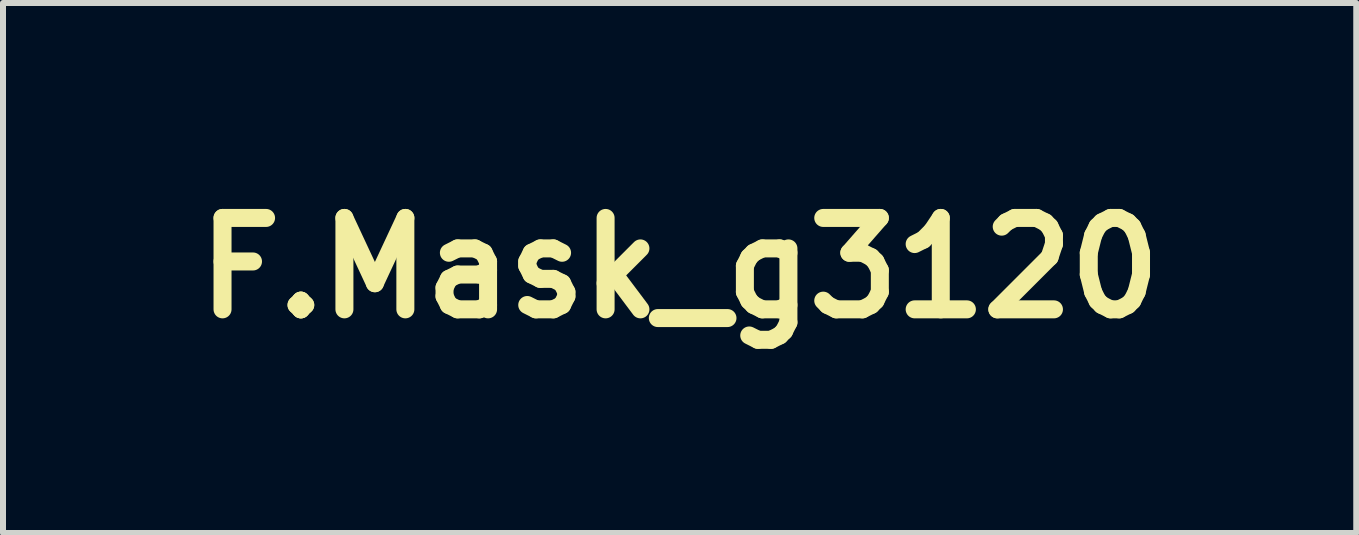
<source format=kicad_pcb>
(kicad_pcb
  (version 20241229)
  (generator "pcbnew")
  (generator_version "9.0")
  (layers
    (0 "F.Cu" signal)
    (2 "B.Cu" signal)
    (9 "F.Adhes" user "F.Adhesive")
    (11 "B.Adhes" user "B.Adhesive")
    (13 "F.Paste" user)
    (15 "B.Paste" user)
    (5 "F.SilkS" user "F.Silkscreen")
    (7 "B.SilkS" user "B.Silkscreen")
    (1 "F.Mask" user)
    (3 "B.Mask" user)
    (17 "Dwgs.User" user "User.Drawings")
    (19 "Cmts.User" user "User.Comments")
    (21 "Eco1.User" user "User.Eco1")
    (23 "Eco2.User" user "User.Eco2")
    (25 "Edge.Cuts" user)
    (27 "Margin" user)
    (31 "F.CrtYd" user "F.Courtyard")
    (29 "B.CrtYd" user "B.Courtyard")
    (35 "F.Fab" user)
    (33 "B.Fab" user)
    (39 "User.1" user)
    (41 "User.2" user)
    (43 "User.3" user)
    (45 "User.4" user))
  (footprint "F.Mask_g3120"
    (layer "F.Cu")
    (at 8.28 1.418)
    (property "Reference" "F.Mask_g3120" (at 0 0 0) (layer "F.SilkS") (effects (font (size 1.524 1.524) (thickness 0.3))))
    (attr through_hole)
    (fp_poly (pts (xy 0.399 -0.643) (xy 0.45 -0.608) (xy 0.478 -0.585) (xy 0.521 -0.539) (xy 0.541 -0.498) (xy 0.537 -0.453) (xy 0.506 -0.399) (xy 0.446 -0.327) (xy 0.393 -0.27) (xy 0.302 -0.162) (xy 0.199 -0.017) (xy 0.085 0.165) (xy -0.039 0.38) (xy -0.115 0.519) (xy -0.177 0.624) (xy -0.227 0.691) (xy -0.266 0.718) (xy -0.274 0.719) (xy -0.3 0.711) (xy -0.346 0.692) (xy -0.35 0.69) (xy -0.409 0.646) (xy -0.452 0.58) (xy -0.466 0.52) (xy -0.456 0.49) (xy -0.431 0.432) (xy -0.395 0.355) (xy -0.364 0.293) (xy -0.262 0.095) (xy -0.309 0.026) (xy -0.341 -0.033) (xy -0.368 -0.111) (xy -0.393 -0.217) (xy -0.416 -0.356) (xy -0.426 -0.421) (xy -0.436 -0.503) (xy -0.438 -0.555) (xy -0.431 -0.587) (xy -0.413 -0.612) (xy -0.407 -0.618) (xy -0.381 -0.641) (xy -0.357 -0.647) (xy -0.32 -0.636) (xy -0.27 -0.612) (xy -0.211 -0.579) (xy -0.17 -0.543) (xy -0.142 -0.492) (xy -0.119 -0.417) (xy -0.102 -0.341) (xy -0.074 -0.205) (xy 0.000459 -0.311) (xy 0.093 -0.435) (xy 0.181 -0.535) (xy 0.261 -0.607) (xy 0.328 -0.648) (xy 0.363 -0.656) (xy 0.399 -0.643)) (stroke (width 0.01) (type solid)) (fill yes) (layer "F.Mask"))
    (fp_poly (pts (xy 1.336 -0.643) (xy 1.379 -0.615) (xy 1.392 -0.604) (xy 1.437 -0.57) (xy 1.47 -0.551) (xy 1.475 -0.55) (xy 1.497 -0.534) (xy 1.527 -0.494) (xy 1.531 -0.487) (xy 1.554 -0.437) (xy 1.556 -0.387) (xy 1.545 -0.339) (xy 1.527 -0.286) (xy 1.51 -0.257) (xy 1.505 -0.254) (xy 1.495 -0.235) (xy 1.482 -0.183) (xy 1.469 -0.107) (xy 1.463 -0.069) (xy 1.422 0.143) (xy 1.364 0.317) (xy 1.289 0.454) (xy 1.198 0.552) (xy 1.177 0.567) (xy 1.102 0.607) (xy 1.036 0.613) (xy 0.968 0.585) (xy 0.893 0.521) (xy 0.874 0.502) (xy 0.819 0.439) (xy 0.776 0.383) (xy 0.753 0.344) (xy 0.753 0.343) (xy 0.736 0.307) (xy 0.724 0.296) (xy 0.703 0.314) (xy 0.674 0.359) (xy 0.644 0.418) (xy 0.617 0.479) (xy 0.605 0.519) (xy 0.574 0.588) (xy 0.524 0.638) (xy 0.47 0.656) (xy 0.424 0.641) (xy 0.397 0.619) (xy 0.353 0.556) (xy 0.313 0.477) (xy 0.285 0.399) (xy 0.275 0.343) (xy 0.284 0.306) (xy 0.31 0.238) (xy 0.349 0.144) (xy 0.4 0.03) (xy 0.459 -0.097) (xy 0.487 -0.156) (xy 0.547 -0.282) (xy 0.601 -0.395) (xy 0.646 -0.491) (xy 0.678 -0.563) (xy 0.696 -0.605) (xy 0.699 -0.614) (xy 0.71 -0.633) (xy 0.748 -0.627) (xy 0.816 -0.597) (xy 0.821 -0.595) (xy 0.922 -0.527) (xy 0.983 -0.448) (xy 1.004 -0.355) (xy 0.986 -0.248) (xy 0.981 -0.233) (xy 0.969 -0.181) (xy 0.96 -0.108) (xy 0.955 -0.025) (xy 0.954 0.056) (xy 0.956 0.126) (xy 0.963 0.175) (xy 0.973 0.191) (xy 1.007 0.171) (xy 1.045 0.119) (xy 1.085 0.043) (xy 1.123 -0.048) (xy 1.154 -0.146) (xy 1.175 -0.243) (xy 1.177 -0.258) (xy 1.191 -0.33) (xy 1.212 -0.414) (xy 1.238 -0.498) (xy 1.265 -0.573) (xy 1.29 -0.627) (xy 1.308 -0.651) (xy 1.309 -0.651) (xy 1.336 -0.643)) (stroke (width 0.01) (type solid)) (fill yes) (layer "F.Mask"))
    (fp_poly (pts (xy 3.668 -0.623) (xy 3.722 -0.593) (xy 3.776 -0.554) (xy 3.817 -0.515) (xy 3.831 -0.488) (xy 3.837 -0.441) (xy 3.844 -0.41) (xy 3.845 -0.387) (xy 3.831 -0.365) (xy 3.797 -0.338) (xy 3.736 -0.301) (xy 3.651 -0.254) (xy 3.428 -0.118) (xy 3.244 0.031) (xy 3.1 0.187) (xy 3.005 0.307) (xy 3.127 0.318) (xy 3.195 0.321) (xy 3.243 0.32) (xy 3.26 0.315) (xy 3.285 0.305) (xy 3.338 0.294) (xy 3.376 0.289) (xy 3.461 0.274) (xy 3.547 0.254) (xy 3.571 0.248) (xy 3.661 0.221) (xy 3.629 0.161) (xy 3.607 0.11) (xy 3.598 0.073) (xy 3.583 0.042) (xy 3.574 0.038) (xy 3.56 0.018) (xy 3.576 -0.017) (xy 3.614 -0.058) (xy 3.667 -0.094) (xy 3.739 -0.132) (xy 3.897 -0.045) (xy 3.978 0.002) (xy 4.049 0.049) (xy 4.099 0.088) (xy 4.106 0.095) (xy 4.146 0.131) (xy 4.177 0.148) (xy 4.179 0.148) (xy 4.196 0.13) (xy 4.223 0.085) (xy 4.595 0.085) (xy 4.677 0.085) (xy 4.739 0.082) (xy 4.785 0.074) (xy 4.79 0.073) (xy 4.808 0.05) (xy 4.806 0.001) (xy 4.786 -0.081) (xy 4.771 -0.127) (xy 4.754 -0.137) (xy 4.722 -0.11) (xy 4.675 -0.046) (xy 4.636 0.016) (xy 4.595 0.085) (xy 4.223 0.085) (xy 4.225 0.08) (xy 4.261 0.009) (xy 4.286 -0.046) (xy 4.351 -0.188) (xy 4.405 -0.293) (xy 4.452 -0.364) (xy 4.493 -0.406) (xy 4.533 -0.423) (xy 4.541 -0.423) (xy 4.599 -0.442) (xy 4.666 -0.494) (xy 4.734 -0.573) (xy 4.745 -0.588) (xy 4.767 -0.616) (xy 4.793 -0.626) (xy 4.836 -0.62) (xy 4.879 -0.609) (xy 4.956 -0.58) (xy 5.005 -0.537) (xy 5.034 -0.468) (xy 5.046 -0.402) (xy 5.058 -0.332) (xy 5.075 -0.24) (xy 5.093 -0.153) (xy 5.113 -0.072) (xy 5.131 -0.024) (xy 5.151 -0.003) (xy 5.166 0) (xy 5.211 0.011) (xy 5.266 0.037) (xy 5.317 0.071) (xy 5.35 0.103) (xy 5.355 0.116) (xy 5.34 0.146) (xy 5.303 0.188) (xy 5.281 0.209) (xy 5.236 0.252) (xy 5.217 0.29) (xy 5.217 0.34) (xy 5.22 0.364) (xy 5.213 0.463) (xy 5.167 0.552) (xy 5.087 0.626) (xy 5.056 0.644) (xy 5.001 0.669) (xy 4.96 0.672) (xy 4.913 0.657) (xy 4.868 0.631) (xy 4.855 0.604) (xy 4.855 0.602) (xy 4.849 0.569) (xy 4.825 0.538) (xy 4.79 0.5) (xy 4.793 0.471) (xy 4.835 0.444) (xy 4.842 0.44) (xy 4.886 0.409) (xy 4.901 0.379) (xy 4.886 0.36) (xy 4.847 0.359) (xy 4.797 0.365) (xy 4.723 0.369) (xy 4.668 0.37) (xy 4.595 0.368) (xy 4.552 0.359) (xy 4.528 0.34) (xy 4.519 0.326) (xy 4.497 0.299) (xy 4.473 0.308) (xy 4.445 0.354) (xy 4.412 0.439) (xy 4.407 0.453) (xy 4.378 0.526) (xy 4.347 0.587) (xy 4.329 0.614) (xy 4.275 0.648) (xy 4.212 0.654) (xy 4.15 0.637) (xy 4.104 0.6) (xy 4.085 0.546) (xy 4.085 0.545) (xy 4.074 0.507) (xy 4.064 0.497) (xy 4.054 0.469) (xy 4.064 0.445) (xy 4.074 0.422) (xy 4.066 0.418) (xy 4.031 0.432) (xy 4.005 0.444) (xy 3.949 0.467) (xy 3.862 0.496) (xy 3.753 0.529) (xy 3.634 0.563) (xy 3.514 0.594) (xy 3.403 0.621) (xy 3.348 0.633) (xy 3.177 0.656) (xy 3.036 0.649) (xy 2.922 0.61) (xy 2.836 0.541) (xy 2.776 0.439) (xy 2.741 0.304) (xy 2.738 0.28) (xy 2.725 0.175) (xy 2.659 0.219) (xy 2.617 0.251) (xy 2.6 0.286) (xy 2.599 0.341) (xy 2.6 0.354) (xy 2.599 0.429) (xy 2.586 0.497) (xy 2.582 0.509) (xy 2.534 0.581) (xy 2.466 0.634) (xy 2.389 0.663) (xy 2.314 0.66) (xy 2.291 0.652) (xy 2.255 0.621) (xy 2.244 0.593) (xy 2.229 0.552) (xy 2.202 0.519) (xy 2.173 0.48) (xy 2.182 0.453) (xy 2.223 0.445) (xy 2.258 0.431) (xy 2.287 0.4) (xy 2.3 0.368) (xy 2.295 0.355) (xy 2.269 0.352) (xy 2.219 0.359) (xy 2.206 0.362) (xy 2.089 0.38) (xy 1.994 0.377) (xy 1.927 0.354) (xy 1.907 0.336) (xy 1.871 0.291) (xy 1.836 0.345) (xy 1.809 0.399) (xy 1.783 0.471) (xy 1.777 0.495) (xy 1.739 0.582) (xy 1.682 0.636) (xy 1.608 0.653) (xy 1.592 0.652) (xy 1.54 0.629) (xy 1.492 0.58) (xy 1.458 0.521) (xy 1.45 0.465) (xy 1.452 0.457) (xy 1.458 0.438) (xy 1.47 0.408) (xy 1.49 0.363) (xy 1.518 0.299) (xy 1.558 0.212) (xy 1.61 0.098) (xy 1.616 0.085) (xy 1.987 0.085) (xy 2.082 0.085) (xy 2.142 0.081) (xy 2.183 0.07) (xy 2.19 0.065) (xy 2.193 0.034) (xy 2.185 -0.022) (xy 2.178 -0.053) (xy 2.162 -0.11) (xy 2.148 -0.133) (xy 2.13 -0.128) (xy 2.118 -0.118) (xy 2.086 -0.08) (xy 2.048 -0.022) (xy 2.035 -0.001) (xy 1.987 0.085) (xy 1.616 0.085) (xy 1.676 -0.046) (xy 1.754 -0.215) (xy 1.803 -0.312) (xy 1.844 -0.375) (xy 1.883 -0.41) (xy 1.925 -0.423) (xy 1.937 -0.423) (xy 1.987 -0.443) (xy 2.053 -0.501) (xy 2.079 -0.529) (xy 2.171 -0.635) (xy 2.287 -0.598) (xy 2.352 -0.575) (xy 2.389 -0.554) (xy 2.407 -0.52) (xy 2.42 -0.464) (xy 2.421 -0.455) (xy 2.448 -0.307) (xy 2.47 -0.196) (xy 2.488 -0.116) (xy 2.504 -0.062) (xy 2.52 -0.029) (xy 2.538 -0.011) (xy 2.558 -0.004) (xy 2.561 -0.003) (xy 2.616 0.015) (xy 2.67 0.044) (xy 2.719 0.075) (xy 2.754 0.078) (xy 2.785 0.052) (xy 2.823 -0.009) (xy 2.864 -0.064) (xy 2.925 -0.136) (xy 2.999 -0.212) (xy 3.036 -0.247) (xy 3.108 -0.308) (xy 3.196 -0.376) (xy 3.292 -0.444) (xy 3.389 -0.509) (xy 3.48 -0.566) (xy 3.556 -0.608) (xy 3.61 -0.632) (xy 3.627 -0.635) (xy 3.668 -0.623)) (stroke (width 0.01) (type solid)) (fill yes) (layer "F.Mask"))
    (fp_poly (pts (xy -2.122 -0.891) (xy -2.038 -0.838) (xy -1.956 -0.758) (xy -1.879 -0.66) (xy -1.814 -0.549) (xy -1.765 -0.434) (xy -1.739 -0.323) (xy -1.736 -0.273) (xy -1.738 -0.208) (xy -1.752 -0.162) (xy -1.784 -0.118) (xy -1.826 -0.075) (xy -1.885 -0.023) (xy -1.953 0.019) (xy -2.044 0.059) (xy -2.114 0.085) (xy -2.203 0.118) (xy -2.258 0.141) (xy -2.284 0.157) (xy -2.287 0.171) (xy -2.273 0.185) (xy -2.175 0.245) (xy -2.055 0.291) (xy -1.903 0.327) (xy -1.892 0.33) (xy -1.804 0.347) (xy -1.728 0.365) (xy -1.678 0.379) (xy -1.667 0.384) (xy -1.643 0.39) (xy -1.632 0.371) (xy -1.63 0.325) (xy -1.619 0.259) (xy -1.588 0.169) (xy -1.545 0.072) (xy -1.5 -0.024) (xy -1.474 -0.09) (xy -1.463 -0.133) (xy -1.467 -0.162) (xy -1.48 -0.181) (xy -1.494 -0.212) (xy -1.508 -0.27) (xy -1.515 -0.31) (xy -1.521 -0.376) (xy -1.516 -0.414) (xy -1.497 -0.439) (xy -1.479 -0.452) (xy -1.429 -0.474) (xy -1.345 -0.501) (xy -1.239 -0.53) (xy -1.117 -0.559) (xy -0.991 -0.585) (xy -0.868 -0.607) (xy -0.812 -0.615) (xy -0.721 -0.626) (xy -0.661 -0.631) (xy -0.624 -0.628) (xy -0.598 -0.617) (xy -0.575 -0.596) (xy -0.574 -0.595) (xy -0.535 -0.563) (xy -0.508 -0.55) (xy -0.493 -0.532) (xy -0.487 -0.488) (xy -0.507 -0.421) (xy -0.567 -0.368) (xy -0.665 -0.329) (xy -0.716 -0.317) (xy -0.804 -0.298) (xy -0.893 -0.275) (xy -0.931 -0.264) (xy -1.003 -0.243) (xy -1.068 -0.226) (xy -1.085 -0.223) (xy -1.13 -0.202) (xy -1.143 -0.177) (xy -1.138 -0.159) (xy -1.117 -0.151) (xy -1.071 -0.15) (xy -0.992 -0.156) (xy -0.988 -0.156) (xy -0.833 -0.17) (xy -0.755 -0.097) (xy -0.71 -0.049) (xy -0.682 -0.007) (xy -0.677 0.009) (xy -0.694 0.036) (xy -0.739 0.073) (xy -0.788 0.105) (xy -0.853 0.139) (xy -0.91 0.158) (xy -0.977 0.167) (xy -1.064 0.169) (xy -1.147 0.17) (xy -1.199 0.175) (xy -1.23 0.187) (xy -1.252 0.21) (xy -1.27 0.238) (xy -1.297 0.287) (xy -1.312 0.319) (xy -1.312 0.323) (xy -1.293 0.334) (xy -1.24 0.338) (xy -1.162 0.337) (xy -1.066 0.329) (xy -0.962 0.316) (xy -0.902 0.307) (xy -0.72 0.275) (xy -0.647 0.352) (xy -0.602 0.406) (xy -0.59 0.449) (xy -0.61 0.492) (xy -0.661 0.545) (xy -0.721 0.581) (xy -0.819 0.613) (xy -0.951 0.64) (xy -1.112 0.661) (xy -1.167 0.666) (xy -1.324 0.669) (xy -1.447 0.648) (xy -1.536 0.601) (xy -1.563 0.576) (xy -1.596 0.54) (xy -1.607 0.536) (xy -1.603 0.561) (xy -1.602 0.565) (xy -1.611 0.622) (xy -1.642 0.666) (xy -1.708 0.707) (xy -1.805 0.719) (xy -1.932 0.702) (xy -2.085 0.658) (xy -2.267 0.587) (xy -2.416 0.515) (xy -2.522 0.445) (xy -1.63 0.445) (xy -1.622 0.462) (xy -1.616 0.459) (xy -1.613 0.433) (xy -1.616 0.43) (xy -1.628 0.433) (xy -1.63 0.445) (xy -2.522 0.445) (xy -2.526 0.442) (xy -2.537 0.433) (xy -2.579 0.399) (xy -2.598 0.391) (xy -2.603 0.408) (xy -2.603 0.422) (xy -2.613 0.469) (xy -2.636 0.531) (xy -2.645 0.549) (xy -2.697 0.617) (xy -2.762 0.65) (xy -2.833 0.644) (xy -2.866 0.628) (xy -2.908 0.579) (xy -2.94 0.502) (xy -2.957 0.411) (xy -2.956 0.32) (xy -2.955 0.315) (xy -2.941 0.227) (xy -3.016 0.293) (xy -3.064 0.333) (xy -3.112 0.366) (xy -3.167 0.395) (xy -3.237 0.422) (xy -3.329 0.452) (xy -3.452 0.488) (xy -3.504 0.503) (xy -3.75 0.567) (xy -3.962 0.612) (xy -4.138 0.638) (xy -4.278 0.644) (xy -4.382 0.631) (xy -4.424 0.615) (xy -4.531 0.536) (xy -4.612 0.427) (xy -4.664 0.293) (xy -4.683 0.14) (xy -4.683 0.14) (xy -4.666 0.035) (xy -4.614 -0.083) (xy -4.53 -0.209) (xy -4.42 -0.339) (xy -4.286 -0.469) (xy -4.132 -0.594) (xy -3.963 -0.709) (xy -3.937 -0.725) (xy -3.854 -0.776) (xy -3.779 -0.823) (xy -3.724 -0.859) (xy -3.707 -0.872) (xy -3.66 -0.897) (xy -3.609 -0.909) (xy -3.57 -0.907) (xy -3.556 -0.891) (xy -3.539 -0.87) (xy -3.496 -0.839) (xy -3.466 -0.822) (xy -3.408 -0.784) (xy -3.378 -0.745) (xy -3.363 -0.688) (xy -3.363 -0.688) (xy -3.356 -0.629) (xy -3.357 -0.587) (xy -3.358 -0.582) (xy -3.38 -0.562) (xy -3.431 -0.531) (xy -3.501 -0.493) (xy -3.53 -0.478) (xy -3.63 -0.426) (xy -3.736 -0.366) (xy -3.827 -0.309) (xy -3.831 -0.307) (xy -3.919 -0.241) (xy -4.02 -0.153) (xy -4.124 -0.053) (xy -4.22 0.047) (xy -4.296 0.138) (xy -4.315 0.164) (xy -4.344 0.209) (xy -4.348 0.233) (xy -4.33 0.246) (xy -4.33 0.246) (xy -4.28 0.253) (xy -4.198 0.25) (xy -4.092 0.239) (xy -3.969 0.22) (xy -3.871 0.201) (xy -2.942 0.201) (xy -2.932 0.212) (xy -2.921 0.201) (xy -2.932 0.191) (xy -2.942 0.201) (xy -3.871 0.201) (xy -3.84 0.195) (xy -3.838 0.195) (xy -3.728 0.17) (xy -3.655 0.15) (xy -3.612 0.132) (xy -3.595 0.11) (xy -3.598 0.082) (xy -3.616 0.043) (xy -3.621 0.034) (xy -3.646 -0.022) (xy -3.655 -0.066) (xy -3.654 -0.075) (xy -3.657 -0.105) (xy -3.667 -0.111) (xy -3.683 -0.132) (xy -3.667 -0.168) (xy -3.622 -0.213) (xy -3.579 -0.245) (xy -3.494 -0.301) (xy -3.333 -0.219) (xy -3.235 -0.163) (xy -3.131 -0.094) (xy -3.043 -0.026) (xy -3.041 -0.025) (xy -2.976 0.03) (xy -2.935 0.058) (xy -2.913 0.064) (xy -2.904 0.049) (xy -2.904 0.049) (xy -2.893 -0.008) (xy -2.876 -0.087) (xy -2.856 -0.179) (xy -2.847 -0.217) (xy -2.432 -0.217) (xy -2.428 -0.196) (xy -2.392 -0.197) (xy -2.322 -0.218) (xy -2.247 -0.245) (xy -2.163 -0.28) (xy -2.119 -0.312) (xy -2.11 -0.347) (xy -2.136 -0.389) (xy -2.17 -0.424) (xy -2.202 -0.45) (xy -2.23 -0.456) (xy -2.261 -0.438) (xy -2.303 -0.393) (xy -2.35 -0.335) (xy -2.405 -0.263) (xy -2.432 -0.217) (xy -2.847 -0.217) (xy -2.834 -0.274) (xy -2.813 -0.363) (xy -2.796 -0.435) (xy -2.783 -0.482) (xy -2.779 -0.494) (xy -2.752 -0.504) (xy -2.707 -0.503) (xy -2.673 -0.502) (xy -2.641 -0.511) (xy -2.607 -0.538) (xy -2.563 -0.587) (xy -2.504 -0.664) (xy -2.481 -0.694) (xy -2.393 -0.797) (xy -2.309 -0.869) (xy -2.232 -0.906) (xy -2.2 -0.91) (xy -2.122 -0.891)) (stroke (width 0.01) (type solid)) (fill yes) (layer "F.Mask")))
  (gr_rect
    (start -3 -3)
    (end 19.561 5.836)
    (stroke (width 0.1) (type default))
    (fill no)
    (layer "Edge.Cuts")))
</source>
